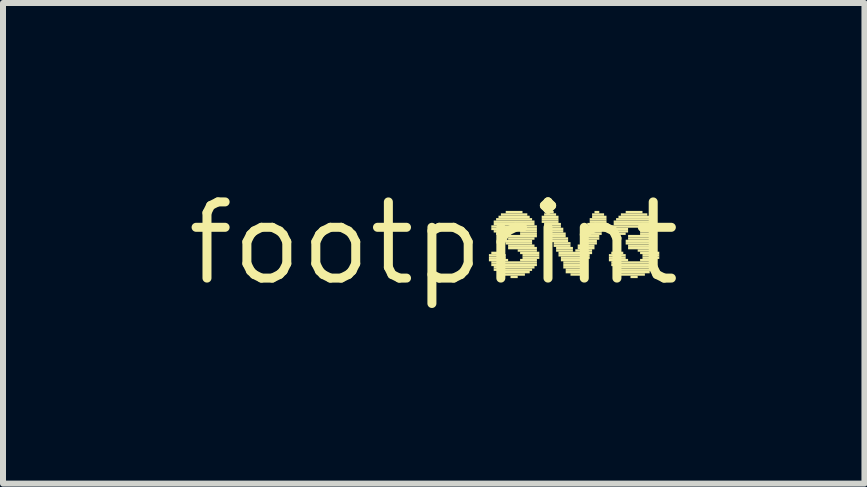
<source format=kicad_pcb>
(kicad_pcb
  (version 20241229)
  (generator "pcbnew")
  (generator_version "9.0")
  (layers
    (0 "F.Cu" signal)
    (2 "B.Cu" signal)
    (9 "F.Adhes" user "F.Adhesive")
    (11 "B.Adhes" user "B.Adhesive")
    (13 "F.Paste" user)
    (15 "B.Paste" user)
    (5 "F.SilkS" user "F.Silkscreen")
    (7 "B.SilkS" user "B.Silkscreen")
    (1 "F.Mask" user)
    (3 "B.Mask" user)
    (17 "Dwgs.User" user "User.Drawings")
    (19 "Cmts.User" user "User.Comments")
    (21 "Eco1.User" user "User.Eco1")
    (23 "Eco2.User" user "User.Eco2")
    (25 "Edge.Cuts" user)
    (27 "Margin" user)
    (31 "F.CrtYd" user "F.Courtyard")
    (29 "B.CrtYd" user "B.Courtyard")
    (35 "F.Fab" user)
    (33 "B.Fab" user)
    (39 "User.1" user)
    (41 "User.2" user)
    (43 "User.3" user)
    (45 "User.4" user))
  (footprint "footprint"
    (layer "F.Cu")
    (at 4.18 1.006)
    (property "Reference" "footprint" (at 0 0 0) (layer "F.SilkS") (effects (font (size 1.27 1.27) (thickness 0.15))))
    (fp_poly (pts (xy 0.92 0.22) (xy 1.2 0.22) (xy 1.2 0.18) (xy 0.92 0.18)) (stroke (width 0) (type solid)) (fill yes) (layer "F.SilkS"))
    (fp_poly (pts (xy 0.92 0.26) (xy 1.2 0.26) (xy 1.2 0.22) (xy 0.92 0.22)) (stroke (width 0) (type solid)) (fill yes) (layer "F.SilkS"))
    (fp_poly (pts (xy 0.92 0.3) (xy 1.24 0.3) (xy 1.24 0.26) (xy 0.92 0.26)) (stroke (width 0) (type solid)) (fill yes) (layer "F.SilkS"))
    (fp_poly (pts (xy 0.96 -0.26) (xy 1.72 -0.26) (xy 1.72 -0.3) (xy 0.96 -0.3)) (stroke (width 0) (type solid)) (fill yes) (layer "F.SilkS"))
    (fp_poly (pts (xy 0.96 -0.22) (xy 1.24 -0.22) (xy 1.24 -0.26) (xy 0.96 -0.26)) (stroke (width 0) (type solid)) (fill yes) (layer "F.SilkS"))
    (fp_poly (pts (xy 0.96 0.18) (xy 1.16 0.18) (xy 1.16 0.14) (xy 0.96 0.14)) (stroke (width 0) (type solid)) (fill yes) (layer "F.SilkS"))
    (fp_poly (pts (xy 0.96 0.34) (xy 1.72 0.34) (xy 1.72 0.3) (xy 0.96 0.3)) (stroke (width 0) (type solid)) (fill yes) (layer "F.SilkS"))
    (fp_poly (pts (xy 0.96 0.38) (xy 1.72 0.38) (xy 1.72 0.34) (xy 0.96 0.34)) (stroke (width 0) (type solid)) (fill yes) (layer "F.SilkS"))
    (fp_poly (pts (xy 1 -0.34) (xy 1.68 -0.34) (xy 1.68 -0.38) (xy 1 -0.38)) (stroke (width 0) (type solid)) (fill yes) (layer "F.SilkS"))
    (fp_poly (pts (xy 1 -0.3) (xy 1.68 -0.3) (xy 1.68 -0.34) (xy 1 -0.34)) (stroke (width 0) (type solid)) (fill yes) (layer "F.SilkS"))
    (fp_poly (pts (xy 1 -0.18) (xy 1.24 -0.18) (xy 1.24 -0.22) (xy 1 -0.22)) (stroke (width 0) (type solid)) (fill yes) (layer "F.SilkS"))
    (fp_poly (pts (xy 1 0.42) (xy 1.68 0.42) (xy 1.68 0.38) (xy 1 0.38)) (stroke (width 0) (type solid)) (fill yes) (layer "F.SilkS"))
    (fp_poly (pts (xy 1 0.46) (xy 1.64 0.46) (xy 1.64 0.42) (xy 1 0.42)) (stroke (width 0) (type solid)) (fill yes) (layer "F.SilkS"))
    (fp_poly (pts (xy 1.04 -0.38) (xy 1.64 -0.38) (xy 1.64 -0.42) (xy 1.04 -0.42)) (stroke (width 0) (type solid)) (fill yes) (layer "F.SilkS"))
    (fp_poly (pts (xy 1.04 -0.14) (xy 1.2 -0.14) (xy 1.2 -0.18) (xy 1.04 -0.18)) (stroke (width 0) (type solid)) (fill yes) (layer "F.SilkS"))
    (fp_poly (pts (xy 1.08 -0.42) (xy 1.6 -0.42) (xy 1.6 -0.46) (xy 1.08 -0.46)) (stroke (width 0) (type solid)) (fill yes) (layer "F.SilkS"))
    (fp_poly (pts (xy 1.08 0.5) (xy 1.6 0.5) (xy 1.6 0.46) (xy 1.08 0.46)) (stroke (width 0) (type solid)) (fill yes) (layer "F.SilkS"))
    (fp_poly (pts (xy 1.12 -0.46) (xy 1.56 -0.46) (xy 1.56 -0.5) (xy 1.12 -0.5)) (stroke (width 0) (type solid)) (fill yes) (layer "F.SilkS"))
    (fp_poly (pts (xy 1.12 0.54) (xy 1.52 0.54) (xy 1.52 0.5) (xy 1.12 0.5)) (stroke (width 0) (type solid)) (fill yes) (layer "F.SilkS"))
    (fp_poly (pts (xy 1.2 -0.5) (xy 1.48 -0.5) (xy 1.48 -0.54) (xy 1.2 -0.54)) (stroke (width 0) (type solid)) (fill yes) (layer "F.SilkS"))
    (fp_poly (pts (xy 1.2 -0.02) (xy 1.64 -0.02) (xy 1.64 -0.06) (xy 1.2 -0.06)) (stroke (width 0) (type solid)) (fill yes) (layer "F.SilkS"))
    (fp_poly (pts (xy 1.2 0.02) (xy 1.64 0.02) (xy 1.64 -0.02) (xy 1.2 -0.02)) (stroke (width 0) (type solid)) (fill yes) (layer "F.SilkS"))
    (fp_poly (pts (xy 1.24 -0.1) (xy 1.72 -0.1) (xy 1.72 -0.14) (xy 1.24 -0.14)) (stroke (width 0) (type solid)) (fill yes) (layer "F.SilkS"))
    (fp_poly (pts (xy 1.24 -0.06) (xy 1.68 -0.06) (xy 1.68 -0.1) (xy 1.24 -0.1)) (stroke (width 0) (type solid)) (fill yes) (layer "F.SilkS"))
    (fp_poly (pts (xy 1.24 0.06) (xy 1.68 0.06) (xy 1.68 0.02) (xy 1.24 0.02)) (stroke (width 0) (type solid)) (fill yes) (layer "F.SilkS"))
    (fp_poly (pts (xy 1.24 0.1) (xy 1.72 0.1) (xy 1.72 0.06) (xy 1.24 0.06)) (stroke (width 0) (type solid)) (fill yes) (layer "F.SilkS"))
    (fp_poly (pts (xy 1.28 0.58) (xy 1.4 0.58) (xy 1.4 0.54) (xy 1.28 0.54)) (stroke (width 0) (type solid)) (fill yes) (layer "F.SilkS"))
    (fp_poly (pts (xy 1.4 0.14) (xy 1.72 0.14) (xy 1.72 0.1) (xy 1.4 0.1)) (stroke (width 0) (type solid)) (fill yes) (layer "F.SilkS"))
    (fp_poly (pts (xy 1.44 -0.22) (xy 1.72 -0.22) (xy 1.72 -0.26) (xy 1.44 -0.26)) (stroke (width 0) (type solid)) (fill yes) (layer "F.SilkS"))
    (fp_poly (pts (xy 1.44 -0.18) (xy 1.72 -0.18) (xy 1.72 -0.22) (xy 1.44 -0.22)) (stroke (width 0) (type solid)) (fill yes) (layer "F.SilkS"))
    (fp_poly (pts (xy 1.44 -0.14) (xy 1.72 -0.14) (xy 1.72 -0.18) (xy 1.44 -0.18)) (stroke (width 0) (type solid)) (fill yes) (layer "F.SilkS"))
    (fp_poly (pts (xy 1.44 0.18) (xy 1.76 0.18) (xy 1.76 0.14) (xy 1.44 0.14)) (stroke (width 0) (type solid)) (fill yes) (layer "F.SilkS"))
    (fp_poly (pts (xy 1.44 0.3) (xy 1.72 0.3) (xy 1.72 0.26) (xy 1.44 0.26)) (stroke (width 0) (type solid)) (fill yes) (layer "F.SilkS"))
    (fp_poly (pts (xy 1.48 0.22) (xy 1.76 0.22) (xy 1.76 0.18) (xy 1.48 0.18)) (stroke (width 0) (type solid)) (fill yes) (layer "F.SilkS"))
    (fp_poly (pts (xy 1.48 0.26) (xy 1.76 0.26) (xy 1.76 0.22) (xy 1.48 0.22)) (stroke (width 0) (type solid)) (fill yes) (layer "F.SilkS"))
    (fp_poly (pts (xy 1.8 -0.42) (xy 2.08 -0.42) (xy 2.08 -0.46) (xy 1.8 -0.46)) (stroke (width 0) (type solid)) (fill yes) (layer "F.SilkS"))
    (fp_poly (pts (xy 1.8 -0.38) (xy 2.08 -0.38) (xy 2.08 -0.42) (xy 1.8 -0.42)) (stroke (width 0) (type solid)) (fill yes) (layer "F.SilkS"))
    (fp_poly (pts (xy 1.8 -0.34) (xy 2.08 -0.34) (xy 2.08 -0.38) (xy 1.8 -0.38)) (stroke (width 0) (type solid)) (fill yes) (layer "F.SilkS"))
    (fp_poly (pts (xy 1.84 -0.46) (xy 2.04 -0.46) (xy 2.04 -0.5) (xy 1.84 -0.5)) (stroke (width 0) (type solid)) (fill yes) (layer "F.SilkS"))
    (fp_poly (pts (xy 1.84 -0.3) (xy 2.12 -0.3) (xy 2.12 -0.34) (xy 1.84 -0.34)) (stroke (width 0) (type solid)) (fill yes) (layer "F.SilkS"))
    (fp_poly (pts (xy 1.84 -0.26) (xy 2.12 -0.26) (xy 2.12 -0.3) (xy 1.84 -0.3)) (stroke (width 0) (type solid)) (fill yes) (layer "F.SilkS"))
    (fp_poly (pts (xy 1.88 -0.22) (xy 2.16 -0.22) (xy 2.16 -0.26) (xy 1.88 -0.26)) (stroke (width 0) (type solid)) (fill yes) (layer "F.SilkS"))
    (fp_poly (pts (xy 1.88 -0.18) (xy 2.16 -0.18) (xy 2.16 -0.22) (xy 1.88 -0.22)) (stroke (width 0) (type solid)) (fill yes) (layer "F.SilkS"))
    (fp_poly (pts (xy 1.92 -0.5) (xy 2 -0.5) (xy 2 -0.54) (xy 1.92 -0.54)) (stroke (width 0) (type solid)) (fill yes) (layer "F.SilkS"))
    (fp_poly (pts (xy 1.92 -0.14) (xy 2.2 -0.14) (xy 2.2 -0.18) (xy 1.92 -0.18)) (stroke (width 0) (type solid)) (fill yes) (layer "F.SilkS"))
    (fp_poly (pts (xy 1.92 -0.1) (xy 2.2 -0.1) (xy 2.2 -0.14) (xy 1.92 -0.14)) (stroke (width 0) (type solid)) (fill yes) (layer "F.SilkS"))
    (fp_poly (pts (xy 1.96 -0.06) (xy 2.24 -0.06) (xy 2.24 -0.1) (xy 1.96 -0.1)) (stroke (width 0) (type solid)) (fill yes) (layer "F.SilkS"))
    (fp_poly (pts (xy 1.96 -0.02) (xy 2.24 -0.02) (xy 2.24 -0.06) (xy 1.96 -0.06)) (stroke (width 0) (type solid)) (fill yes) (layer "F.SilkS"))
    (fp_poly (pts (xy 2 0.02) (xy 2.28 0.02) (xy 2.28 -0.02) (xy 2 -0.02)) (stroke (width 0) (type solid)) (fill yes) (layer "F.SilkS"))
    (fp_poly (pts (xy 2 0.06) (xy 2.28 0.06) (xy 2.28 0.02) (xy 2 0.02)) (stroke (width 0) (type solid)) (fill yes) (layer "F.SilkS"))
    (fp_poly (pts (xy 2.04 0.1) (xy 2.32 0.1) (xy 2.32 0.06) (xy 2.04 0.06)) (stroke (width 0) (type solid)) (fill yes) (layer "F.SilkS"))
    (fp_poly (pts (xy 2.04 0.14) (xy 2.32 0.14) (xy 2.32 0.1) (xy 2.04 0.1)) (stroke (width 0) (type solid)) (fill yes) (layer "F.SilkS"))
    (fp_poly (pts (xy 2.08 0.18) (xy 2.64 0.18) (xy 2.64 0.14) (xy 2.08 0.14)) (stroke (width 0) (type solid)) (fill yes) (layer "F.SilkS"))
    (fp_poly (pts (xy 2.08 0.22) (xy 2.6 0.22) (xy 2.6 0.18) (xy 2.08 0.18)) (stroke (width 0) (type solid)) (fill yes) (layer "F.SilkS"))
    (fp_poly (pts (xy 2.12 0.26) (xy 2.6 0.26) (xy 2.6 0.22) (xy 2.12 0.22)) (stroke (width 0) (type solid)) (fill yes) (layer "F.SilkS"))
    (fp_poly (pts (xy 2.12 0.3) (xy 2.56 0.3) (xy 2.56 0.26) (xy 2.12 0.26)) (stroke (width 0) (type solid)) (fill yes) (layer "F.SilkS"))
    (fp_poly (pts (xy 2.16 0.34) (xy 2.56 0.34) (xy 2.56 0.3) (xy 2.16 0.3)) (stroke (width 0) (type solid)) (fill yes) (layer "F.SilkS"))
    (fp_poly (pts (xy 2.16 0.38) (xy 2.52 0.38) (xy 2.52 0.34) (xy 2.16 0.34)) (stroke (width 0) (type solid)) (fill yes) (layer "F.SilkS"))
    (fp_poly (pts (xy 2.16 0.42) (xy 2.52 0.42) (xy 2.52 0.38) (xy 2.16 0.38)) (stroke (width 0) (type solid)) (fill yes) (layer "F.SilkS"))
    (fp_poly (pts (xy 2.2 0.46) (xy 2.48 0.46) (xy 2.48 0.42) (xy 2.2 0.42)) (stroke (width 0) (type solid)) (fill yes) (layer "F.SilkS"))
    (fp_poly (pts (xy 2.2 0.5) (xy 2.48 0.5) (xy 2.48 0.46) (xy 2.2 0.46)) (stroke (width 0) (type solid)) (fill yes) (layer "F.SilkS"))
    (fp_poly (pts (xy 2.28 0.54) (xy 2.44 0.54) (xy 2.44 0.5) (xy 2.28 0.5)) (stroke (width 0) (type solid)) (fill yes) (layer "F.SilkS"))
    (fp_poly (pts (xy 2.36 0.14) (xy 2.64 0.14) (xy 2.64 0.1) (xy 2.36 0.1)) (stroke (width 0) (type solid)) (fill yes) (layer "F.SilkS"))
    (fp_poly (pts (xy 2.4 0.06) (xy 2.68 0.06) (xy 2.68 0.02) (xy 2.4 0.02)) (stroke (width 0) (type solid)) (fill yes) (layer "F.SilkS"))
    (fp_poly (pts (xy 2.4 0.1) (xy 2.68 0.1) (xy 2.68 0.06) (xy 2.4 0.06)) (stroke (width 0) (type solid)) (fill yes) (layer "F.SilkS"))
    (fp_poly (pts (xy 2.44 -0.02) (xy 2.72 -0.02) (xy 2.72 -0.06) (xy 2.44 -0.06)) (stroke (width 0) (type solid)) (fill yes) (layer "F.SilkS"))
    (fp_poly (pts (xy 2.44 0.02) (xy 2.72 0.02) (xy 2.72 -0.02) (xy 2.44 -0.02)) (stroke (width 0) (type solid)) (fill yes) (layer "F.SilkS"))
    (fp_poly (pts (xy 2.48 -0.14) (xy 2.8 -0.14) (xy 2.8 -0.18) (xy 2.48 -0.18)) (stroke (width 0) (type solid)) (fill yes) (layer "F.SilkS"))
    (fp_poly (pts (xy 2.48 -0.1) (xy 2.76 -0.1) (xy 2.76 -0.14) (xy 2.48 -0.14)) (stroke (width 0) (type solid)) (fill yes) (layer "F.SilkS"))
    (fp_poly (pts (xy 2.48 -0.06) (xy 2.76 -0.06) (xy 2.76 -0.1) (xy 2.48 -0.1)) (stroke (width 0) (type solid)) (fill yes) (layer "F.SilkS"))
    (fp_poly (pts (xy 2.52 -0.22) (xy 2.84 -0.22) (xy 2.84 -0.26) (xy 2.52 -0.26)) (stroke (width 0) (type solid)) (fill yes) (layer "F.SilkS"))
    (fp_poly (pts (xy 2.52 -0.18) (xy 2.8 -0.18) (xy 2.8 -0.22) (xy 2.52 -0.22)) (stroke (width 0) (type solid)) (fill yes) (layer "F.SilkS"))
    (fp_poly (pts (xy 2.56 -0.3) (xy 2.88 -0.3) (xy 2.88 -0.34) (xy 2.56 -0.34)) (stroke (width 0) (type solid)) (fill yes) (layer "F.SilkS"))
    (fp_poly (pts (xy 2.56 -0.26) (xy 2.84 -0.26) (xy 2.84 -0.3) (xy 2.56 -0.3)) (stroke (width 0) (type solid)) (fill yes) (layer "F.SilkS"))
    (fp_poly (pts (xy 2.6 -0.38) (xy 2.88 -0.38) (xy 2.88 -0.42) (xy 2.6 -0.42)) (stroke (width 0) (type solid)) (fill yes) (layer "F.SilkS"))
    (fp_poly (pts (xy 2.6 -0.34) (xy 2.88 -0.34) (xy 2.88 -0.38) (xy 2.6 -0.38)) (stroke (width 0) (type solid)) (fill yes) (layer "F.SilkS"))
    (fp_poly (pts (xy 2.64 -0.46) (xy 2.84 -0.46) (xy 2.84 -0.5) (xy 2.64 -0.5)) (stroke (width 0) (type solid)) (fill yes) (layer "F.SilkS"))
    (fp_poly (pts (xy 2.64 -0.42) (xy 2.88 -0.42) (xy 2.88 -0.46) (xy 2.64 -0.46)) (stroke (width 0) (type solid)) (fill yes) (layer "F.SilkS"))
    (fp_poly (pts (xy 2.68 -0.5) (xy 2.76 -0.5) (xy 2.76 -0.54) (xy 2.68 -0.54)) (stroke (width 0) (type solid)) (fill yes) (layer "F.SilkS"))
    (fp_poly (pts (xy 2.92 0.22) (xy 3.2 0.22) (xy 3.2 0.18) (xy 2.92 0.18)) (stroke (width 0) (type solid)) (fill yes) (layer "F.SilkS"))
    (fp_poly (pts (xy 2.92 0.26) (xy 3.2 0.26) (xy 3.2 0.22) (xy 2.92 0.22)) (stroke (width 0) (type solid)) (fill yes) (layer "F.SilkS"))
    (fp_poly (pts (xy 2.92 0.3) (xy 3.24 0.3) (xy 3.24 0.26) (xy 2.92 0.26)) (stroke (width 0) (type solid)) (fill yes) (layer "F.SilkS"))
    (fp_poly (pts (xy 2.96 -0.26) (xy 3.72 -0.26) (xy 3.72 -0.3) (xy 2.96 -0.3)) (stroke (width 0) (type solid)) (fill yes) (layer "F.SilkS"))
    (fp_poly (pts (xy 2.96 -0.22) (xy 3.24 -0.22) (xy 3.24 -0.26) (xy 2.96 -0.26)) (stroke (width 0) (type solid)) (fill yes) (layer "F.SilkS"))
    (fp_poly (pts (xy 2.96 0.18) (xy 3.16 0.18) (xy 3.16 0.14) (xy 2.96 0.14)) (stroke (width 0) (type solid)) (fill yes) (layer "F.SilkS"))
    (fp_poly (pts (xy 2.96 0.34) (xy 3.72 0.34) (xy 3.72 0.3) (xy 2.96 0.3)) (stroke (width 0) (type solid)) (fill yes) (layer "F.SilkS"))
    (fp_poly (pts (xy 2.96 0.38) (xy 3.72 0.38) (xy 3.72 0.34) (xy 2.96 0.34)) (stroke (width 0) (type solid)) (fill yes) (layer "F.SilkS"))
    (fp_poly (pts (xy 3 -0.34) (xy 3.68 -0.34) (xy 3.68 -0.38) (xy 3 -0.38)) (stroke (width 0) (type solid)) (fill yes) (layer "F.SilkS"))
    (fp_poly (pts (xy 3 -0.3) (xy 3.68 -0.3) (xy 3.68 -0.34) (xy 3 -0.34)) (stroke (width 0) (type solid)) (fill yes) (layer "F.SilkS"))
    (fp_poly (pts (xy 3 -0.18) (xy 3.24 -0.18) (xy 3.24 -0.22) (xy 3 -0.22)) (stroke (width 0) (type solid)) (fill yes) (layer "F.SilkS"))
    (fp_poly (pts (xy 3 0.42) (xy 3.68 0.42) (xy 3.68 0.38) (xy 3 0.38)) (stroke (width 0) (type solid)) (fill yes) (layer "F.SilkS"))
    (fp_poly (pts (xy 3 0.46) (xy 3.64 0.46) (xy 3.64 0.42) (xy 3 0.42)) (stroke (width 0) (type solid)) (fill yes) (layer "F.SilkS"))
    (fp_poly (pts (xy 3.04 -0.38) (xy 3.64 -0.38) (xy 3.64 -0.42) (xy 3.04 -0.42)) (stroke (width 0) (type solid)) (fill yes) (layer "F.SilkS"))
    (fp_poly (pts (xy 3.04 -0.14) (xy 3.2 -0.14) (xy 3.2 -0.18) (xy 3.04 -0.18)) (stroke (width 0) (type solid)) (fill yes) (layer "F.SilkS"))
    (fp_poly (pts (xy 3.08 -0.42) (xy 3.6 -0.42) (xy 3.6 -0.46) (xy 3.08 -0.46)) (stroke (width 0) (type solid)) (fill yes) (layer "F.SilkS"))
    (fp_poly (pts (xy 3.08 0.5) (xy 3.6 0.5) (xy 3.6 0.46) (xy 3.08 0.46)) (stroke (width 0) (type solid)) (fill yes) (layer "F.SilkS"))
    (fp_poly (pts (xy 3.12 -0.46) (xy 3.56 -0.46) (xy 3.56 -0.5) (xy 3.12 -0.5)) (stroke (width 0) (type solid)) (fill yes) (layer "F.SilkS"))
    (fp_poly (pts (xy 3.12 0.54) (xy 3.52 0.54) (xy 3.52 0.5) (xy 3.12 0.5)) (stroke (width 0) (type solid)) (fill yes) (layer "F.SilkS"))
    (fp_poly (pts (xy 3.2 -0.5) (xy 3.48 -0.5) (xy 3.48 -0.54) (xy 3.2 -0.54)) (stroke (width 0) (type solid)) (fill yes) (layer "F.SilkS"))
    (fp_poly (pts (xy 3.2 -0.02) (xy 3.64 -0.02) (xy 3.64 -0.06) (xy 3.2 -0.06)) (stroke (width 0) (type solid)) (fill yes) (layer "F.SilkS"))
    (fp_poly (pts (xy 3.2 0.02) (xy 3.64 0.02) (xy 3.64 -0.02) (xy 3.2 -0.02)) (stroke (width 0) (type solid)) (fill yes) (layer "F.SilkS"))
    (fp_poly (pts (xy 3.24 -0.1) (xy 3.72 -0.1) (xy 3.72 -0.14) (xy 3.24 -0.14)) (stroke (width 0) (type solid)) (fill yes) (layer "F.SilkS"))
    (fp_poly (pts (xy 3.24 -0.06) (xy 3.68 -0.06) (xy 3.68 -0.1) (xy 3.24 -0.1)) (stroke (width 0) (type solid)) (fill yes) (layer "F.SilkS"))
    (fp_poly (pts (xy 3.24 0.06) (xy 3.68 0.06) (xy 3.68 0.02) (xy 3.24 0.02)) (stroke (width 0) (type solid)) (fill yes) (layer "F.SilkS"))
    (fp_poly (pts (xy 3.24 0.1) (xy 3.72 0.1) (xy 3.72 0.06) (xy 3.24 0.06)) (stroke (width 0) (type solid)) (fill yes) (layer "F.SilkS"))
    (fp_poly (pts (xy 3.28 0.58) (xy 3.4 0.58) (xy 3.4 0.54) (xy 3.28 0.54)) (stroke (width 0) (type solid)) (fill yes) (layer "F.SilkS"))
    (fp_poly (pts (xy 3.4 0.14) (xy 3.72 0.14) (xy 3.72 0.1) (xy 3.4 0.1)) (stroke (width 0) (type solid)) (fill yes) (layer "F.SilkS"))
    (fp_poly (pts (xy 3.44 -0.22) (xy 3.72 -0.22) (xy 3.72 -0.26) (xy 3.44 -0.26)) (stroke (width 0) (type solid)) (fill yes) (layer "F.SilkS"))
    (fp_poly (pts (xy 3.44 -0.18) (xy 3.72 -0.18) (xy 3.72 -0.22) (xy 3.44 -0.22)) (stroke (width 0) (type solid)) (fill yes) (layer "F.SilkS"))
    (fp_poly (pts (xy 3.44 -0.14) (xy 3.72 -0.14) (xy 3.72 -0.18) (xy 3.44 -0.18)) (stroke (width 0) (type solid)) (fill yes) (layer "F.SilkS"))
    (fp_poly (pts (xy 3.44 0.18) (xy 3.76 0.18) (xy 3.76 0.14) (xy 3.44 0.14)) (stroke (width 0) (type solid)) (fill yes) (layer "F.SilkS"))
    (fp_poly (pts (xy 3.44 0.3) (xy 3.72 0.3) (xy 3.72 0.26) (xy 3.44 0.26)) (stroke (width 0) (type solid)) (fill yes) (layer "F.SilkS"))
    (fp_poly (pts (xy 3.48 0.22) (xy 3.76 0.22) (xy 3.76 0.18) (xy 3.48 0.18)) (stroke (width 0) (type solid)) (fill yes) (layer "F.SilkS"))
    (fp_poly (pts (xy 3.48 0.26) (xy 3.76 0.26) (xy 3.76 0.22) (xy 3.48 0.22)) (stroke (width 0) (type solid)) (fill yes) (layer "F.SilkS")))
  (gr_rect
    (start -3 -3)
    (end 11.36 5.012)
    (stroke (width 0.1) (type default))
    (fill no)
    (layer "Edge.Cuts")))
</source>
